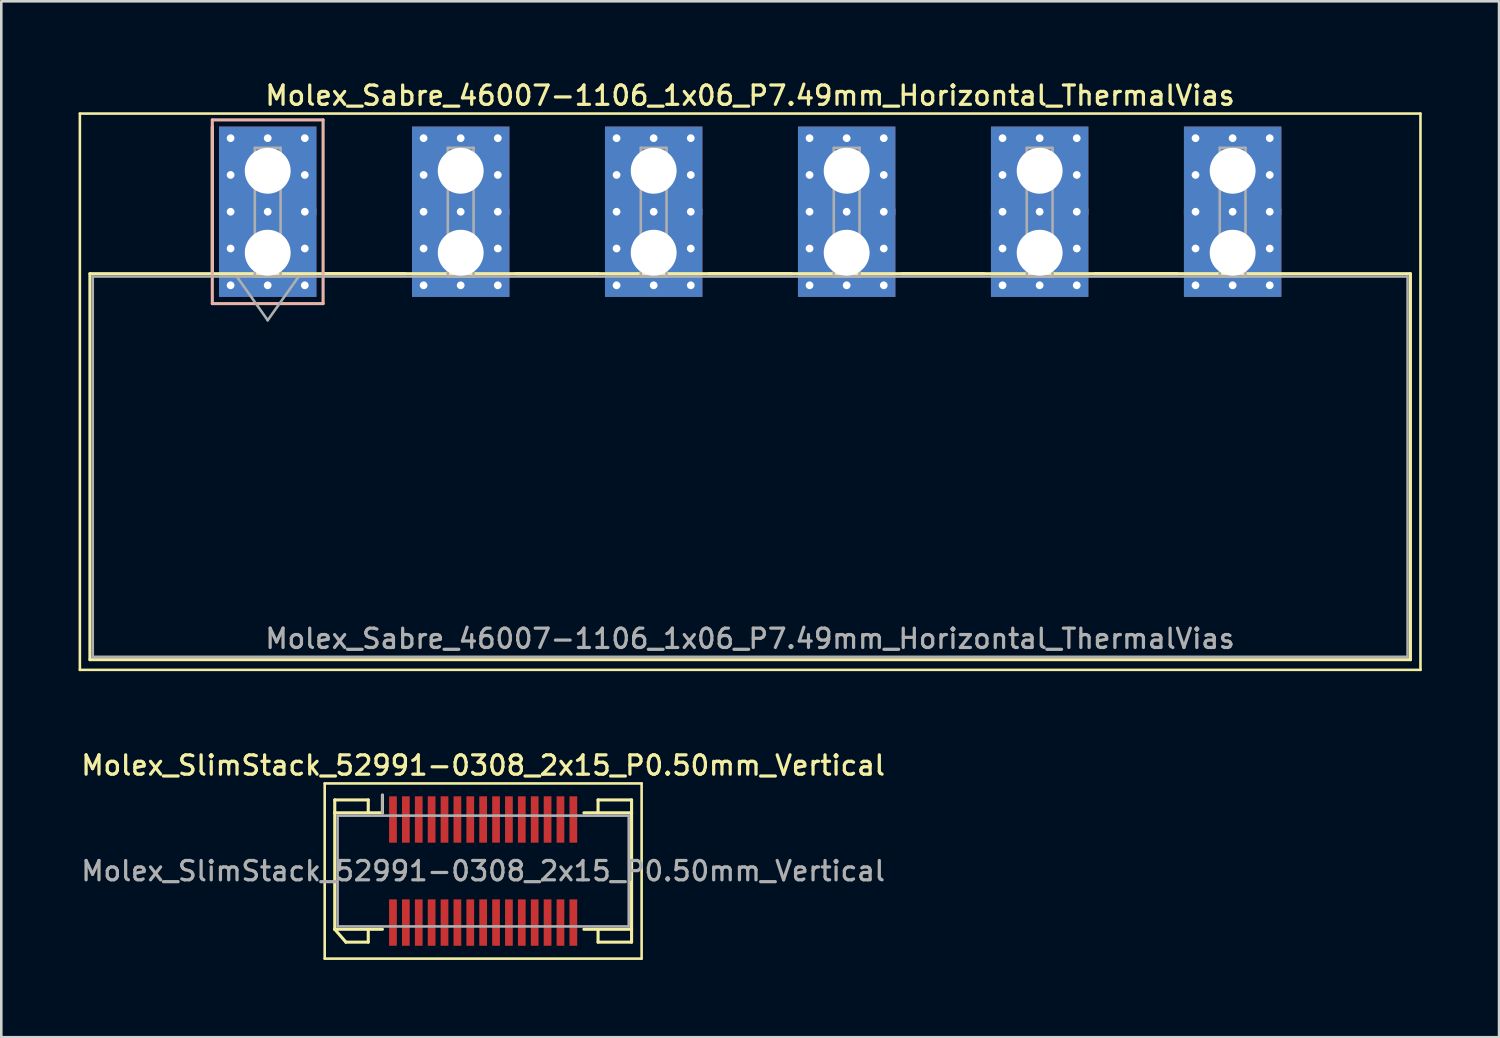
<source format=kicad_pcb>
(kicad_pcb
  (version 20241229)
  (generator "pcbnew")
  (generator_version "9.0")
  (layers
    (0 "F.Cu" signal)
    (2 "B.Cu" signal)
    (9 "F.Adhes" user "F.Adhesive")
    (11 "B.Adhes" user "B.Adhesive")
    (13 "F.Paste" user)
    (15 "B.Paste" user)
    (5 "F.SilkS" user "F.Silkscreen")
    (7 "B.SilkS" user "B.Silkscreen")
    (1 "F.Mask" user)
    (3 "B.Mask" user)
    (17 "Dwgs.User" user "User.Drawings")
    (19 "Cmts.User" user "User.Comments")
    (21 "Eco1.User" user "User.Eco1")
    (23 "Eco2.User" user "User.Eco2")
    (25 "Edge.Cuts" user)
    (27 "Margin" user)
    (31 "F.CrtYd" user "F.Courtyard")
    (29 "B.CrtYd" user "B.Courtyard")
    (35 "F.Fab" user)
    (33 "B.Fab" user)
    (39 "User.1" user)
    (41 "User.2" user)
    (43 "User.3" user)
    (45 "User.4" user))
  (footprint "Molex_SlimStack_52991-0308_2x15_P0.50mm_Vertical"
    (layer "F.Cu")
    (at 15.702 30.756)
    (property "Reference" "Molex_SlimStack_52991-0308_2x15_P0.50mm_Vertical" (at 0 -4.1 0) (layer "F.SilkS") (effects (font (size 0.75 0.75) (thickness 0.125))))
    (attr smd)
    (fp_line (start -6.15 -3.4) (end -6.15 3.4) (stroke (width 0.1) (type solid)) (layer "F.SilkS"))
    (fp_line (start -6.15 3.4) (end 6.15 3.4) (stroke (width 0.1) (type solid)) (layer "F.SilkS"))
    (fp_line (start -5.76 -2.76) (end -4.46 -2.76) (stroke (width 0.12) (type solid)) (layer "F.SilkS"))
    (fp_line (start -5.76 -2.26) (end -5.76 -2.76) (stroke (width 0.12) (type solid)) (layer "F.SilkS"))
    (fp_line (start -5.76 -2.26) (end -3.91 -2.26) (stroke (width 0.12) (type solid)) (layer "F.SilkS"))
    (fp_line (start -5.76 2.26) (end -5.76 -2.26) (stroke (width 0.12) (type solid)) (layer "F.SilkS"))
    (fp_line (start -5.76 2.26) (end -5.327 2.76) (stroke (width 0.12) (type solid)) (layer "F.SilkS"))
    (fp_line (start -5.327 2.76) (end -4.46 2.76) (stroke (width 0.12) (type solid)) (layer "F.SilkS"))
    (fp_line (start -4.46 -2.76) (end -4.46 -2.26) (stroke (width 0.12) (type solid)) (layer "F.SilkS"))
    (fp_line (start -4.46 2.76) (end -4.46 2.26) (stroke (width 0.12) (type solid)) (layer "F.SilkS"))
    (fp_line (start -3.91 -2.26) (end -3.91 -2.95) (stroke (width 0.12) (type solid)) (layer "F.SilkS"))
    (fp_line (start -3.91 2.26) (end -5.76 2.26) (stroke (width 0.12) (type solid)) (layer "F.SilkS"))
    (fp_line (start 3.91 2.26) (end 5.76 2.26) (stroke (width 0.12) (type solid)) (layer "F.SilkS"))
    (fp_line (start 4.46 -2.76) (end 4.46 -2.26) (stroke (width 0.12) (type solid)) (layer "F.SilkS"))
    (fp_line (start 4.46 2.76) (end 4.46 2.26) (stroke (width 0.12) (type solid)) (layer "F.SilkS"))
    (fp_line (start 5.76 -2.76) (end 4.46 -2.76) (stroke (width 0.12) (type solid)) (layer "F.SilkS"))
    (fp_line (start 5.76 -2.26) (end 3.91 -2.26) (stroke (width 0.12) (type solid)) (layer "F.SilkS"))
    (fp_line (start 5.76 -2.26) (end 5.76 -2.76) (stroke (width 0.12) (type solid)) (layer "F.SilkS"))
    (fp_line (start 5.76 2.26) (end 5.76 -2.26) (stroke (width 0.12) (type solid)) (layer "F.SilkS"))
    (fp_line (start 5.76 2.26) (end 5.76 2.76) (stroke (width 0.12) (type solid)) (layer "F.SilkS"))
    (fp_line (start 5.76 2.76) (end 4.46 2.76) (stroke (width 0.12) (type solid)) (layer "F.SilkS"))
    (fp_line (start 6.15 -3.4) (end -6.15 -3.4) (stroke (width 0.1) (type solid)) (layer "F.SilkS"))
    (fp_line (start 6.15 3.4) (end 6.15 -3.4) (stroke (width 0.1) (type solid)) (layer "F.SilkS"))
    (fp_line (start -5.65 -2.15) (end -5.65 2.15) (stroke (width 0.1) (type solid)) (layer "F.Fab"))
    (fp_line (start -5.65 2.15) (end 5.65 2.15) (stroke (width 0.1) (type solid)) (layer "F.Fab"))
    (fp_line (start -3.91 -2.26) (end -3.91 -2.95) (stroke (width 0.1) (type solid)) (layer "F.Fab"))
    (fp_line (start 5.65 -2.15) (end -5.65 -2.15) (stroke (width 0.1) (type solid)) (layer "F.Fab"))
    (fp_line (start 5.65 2.15) (end 5.65 -2.15) (stroke (width 0.1) (type solid)) (layer "F.Fab"))
    (fp_text user "${REFERENCE}" (at 0 0 0) (layer "F.Fab") (effects (font (size 0.75 0.75) (thickness 0.125))))
    (pad "1" smd rect (at -3.5 -2) (size 0.3 1.8) (layers "F.Cu" "F.Mask" "F.Paste"))
    (pad "2" smd rect (at -3.5 2) (size 0.3 1.8) (layers "F.Cu" "F.Mask" "F.Paste"))
    (pad "3" smd rect (at -3 -2) (size 0.3 1.8) (layers "F.Cu" "F.Mask" "F.Paste"))
    (pad "4" smd rect (at -3 2) (size 0.3 1.8) (layers "F.Cu" "F.Mask" "F.Paste"))
    (pad "5" smd rect (at -2.5 -2) (size 0.3 1.8) (layers "F.Cu" "F.Mask" "F.Paste"))
    (pad "6" smd rect (at -2.5 2) (size 0.3 1.8) (layers "F.Cu" "F.Mask" "F.Paste"))
    (pad "7" smd rect (at -2 -2) (size 0.3 1.8) (layers "F.Cu" "F.Mask" "F.Paste"))
    (pad "8" smd rect (at -2 2) (size 0.3 1.8) (layers "F.Cu" "F.Mask" "F.Paste"))
    (pad "9" smd rect (at -1.5 -2) (size 0.3 1.8) (layers "F.Cu" "F.Mask" "F.Paste"))
    (pad "10" smd rect (at -1.5 2) (size 0.3 1.8) (layers "F.Cu" "F.Mask" "F.Paste"))
    (pad "11" smd rect (at -1 -2) (size 0.3 1.8) (layers "F.Cu" "F.Mask" "F.Paste"))
    (pad "12" smd rect (at -1 2) (size 0.3 1.8) (layers "F.Cu" "F.Mask" "F.Paste"))
    (pad "13" smd rect (at -0.5 -2) (size 0.3 1.8) (layers "F.Cu" "F.Mask" "F.Paste"))
    (pad "14" smd rect (at -0.5 2) (size 0.3 1.8) (layers "F.Cu" "F.Mask" "F.Paste"))
    (pad "15" smd rect (at 0 -2) (size 0.3 1.8) (layers "F.Cu" "F.Mask" "F.Paste"))
    (pad "16" smd rect (at 0 2) (size 0.3 1.8) (layers "F.Cu" "F.Mask" "F.Paste"))
    (pad "17" smd rect (at 0.5 -2) (size 0.3 1.8) (layers "F.Cu" "F.Mask" "F.Paste"))
    (pad "18" smd rect (at 0.5 2) (size 0.3 1.8) (layers "F.Cu" "F.Mask" "F.Paste"))
    (pad "19" smd rect (at 1 -2) (size 0.3 1.8) (layers "F.Cu" "F.Mask" "F.Paste"))
    (pad "20" smd rect (at 1 2) (size 0.3 1.8) (layers "F.Cu" "F.Mask" "F.Paste"))
    (pad "21" smd rect (at 1.5 -2) (size 0.3 1.8) (layers "F.Cu" "F.Mask" "F.Paste"))
    (pad "22" smd rect (at 1.5 2) (size 0.3 1.8) (layers "F.Cu" "F.Mask" "F.Paste"))
    (pad "23" smd rect (at 2 -2) (size 0.3 1.8) (layers "F.Cu" "F.Mask" "F.Paste"))
    (pad "24" smd rect (at 2 2) (size 0.3 1.8) (layers "F.Cu" "F.Mask" "F.Paste"))
    (pad "25" smd rect (at 2.5 -2) (size 0.3 1.8) (layers "F.Cu" "F.Mask" "F.Paste"))
    (pad "26" smd rect (at 2.5 2) (size 0.3 1.8) (layers "F.Cu" "F.Mask" "F.Paste"))
    (pad "27" smd rect (at 3 -2) (size 0.3 1.8) (layers "F.Cu" "F.Mask" "F.Paste"))
    (pad "28" smd rect (at 3 2) (size 0.3 1.8) (layers "F.Cu" "F.Mask" "F.Paste"))
    (pad "29" smd rect (at 3.5 -2) (size 0.3 1.8) (layers "F.Cu" "F.Mask" "F.Paste"))
    (pad "30" smd rect (at 3.5 2) (size 0.3 1.8) (layers "F.Cu" "F.Mask" "F.Paste")))
  (footprint "Molex_Sabre_46007-1106_1x06_P7.49mm_Horizontal_ThermalVias"
    (layer "F.Cu")
    (at 7.34 6.758)
    (property "Reference" "Molex_Sabre_46007-1106_1x06_P7.49mm_Horizontal_ThermalVias" (at 18.72 -6.1 0) (layer "F.SilkS") (effects (font (size 0.75 0.75) (thickness 0.125))))
    (attr through_hole)
    (fp_line (start -7.29 -5.4) (end -7.29 16.19) (stroke (width 0.1) (type solid)) (layer "F.SilkS"))
    (fp_line (start -7.29 16.19) (end 44.74 16.19) (stroke (width 0.1) (type solid)) (layer "F.SilkS"))
    (fp_line (start -6.9 0.815) (end -6.9 15.795) (stroke (width 0.12) (type solid)) (layer "F.SilkS"))
    (fp_line (start -6.9 15.795) (end 44.35 15.795) (stroke (width 0.12) (type solid)) (layer "F.SilkS"))
    (fp_line (start -2.15 0.815) (end -2.15 -4.895) (stroke (width 0.12) (type solid)) (layer "F.SilkS"))
    (fp_line (start 2.15 0.815) (end 5.34 0.815) (stroke (width 0.12) (type solid)) (layer "F.SilkS"))
    (fp_line (start 9.64 0.815) (end 12.83 0.815) (stroke (width 0.12) (type solid)) (layer "F.SilkS"))
    (fp_line (start 17.13 0.815) (end 20.32 0.815) (stroke (width 0.12) (type solid)) (layer "F.SilkS"))
    (fp_line (start 24.62 0.815) (end 27.81 0.815) (stroke (width 0.12) (type solid)) (layer "F.SilkS"))
    (fp_line (start 32.11 0.815) (end 35.3 0.815) (stroke (width 0.12) (type solid)) (layer "F.SilkS"))
    (fp_line (start 44.35 0.815) (end -6.9 0.815) (stroke (width 0.12) (type solid)) (layer "F.SilkS"))
    (fp_line (start 44.35 15.795) (end 44.35 0.815) (stroke (width 0.12) (type solid)) (layer "F.SilkS"))
    (fp_line (start 44.74 -5.4) (end -7.29 -5.4) (stroke (width 0.1) (type solid)) (layer "F.SilkS"))
    (fp_line (start 44.74 16.19) (end 44.74 -5.4) (stroke (width 0.1) (type solid)) (layer "F.SilkS"))
    (fp_line (start -2.15 -5.155) (end -2.15 1.975) (stroke (width 0.12) (type solid)) (layer "B.SilkS"))
    (fp_line (start -2.15 1.975) (end 2.15 1.975) (stroke (width 0.12) (type solid)) (layer "B.SilkS"))
    (fp_line (start 2.15 -5.155) (end -2.15 -5.155) (stroke (width 0.12) (type solid)) (layer "B.SilkS"))
    (fp_line (start 2.15 1.975) (end 2.15 -5.155) (stroke (width 0.12) (type solid)) (layer "B.SilkS"))
    (fp_line (start -6.79 0.925) (end -6.79 15.685) (stroke (width 0.1) (type solid)) (layer "F.Fab"))
    (fp_line (start -6.79 15.685) (end 44.24 15.685) (stroke (width 0.1) (type solid)) (layer "F.Fab"))
    (fp_line (start -1.2 0.925) (end 0 2.622) (stroke (width 0.1) (type solid)) (layer "F.Fab"))
    (fp_line (start -0.5 -4.07) (end 0.5 -4.07) (stroke (width 0.1) (type solid)) (layer "F.Fab"))
    (fp_line (start -0.5 0.925) (end -0.5 -4.07) (stroke (width 0.1) (type solid)) (layer "F.Fab"))
    (fp_line (start 0 2.622) (end 1.2 0.925) (stroke (width 0.1) (type solid)) (layer "F.Fab"))
    (fp_line (start 0.5 -4.07) (end 0.5 0.925) (stroke (width 0.1) (type solid)) (layer "F.Fab"))
    (fp_line (start 0.5 0.925) (end -0.5 0.925) (stroke (width 0.1) (type solid)) (layer "F.Fab"))
    (fp_line (start 6.99 -4.07) (end 7.99 -4.07) (stroke (width 0.1) (type solid)) (layer "F.Fab"))
    (fp_line (start 6.99 0.925) (end 6.99 -4.07) (stroke (width 0.1) (type solid)) (layer "F.Fab"))
    (fp_line (start 7.99 -4.07) (end 7.99 0.925) (stroke (width 0.1) (type solid)) (layer "F.Fab"))
    (fp_line (start 7.99 0.925) (end 6.99 0.925) (stroke (width 0.1) (type solid)) (layer "F.Fab"))
    (fp_line (start 14.48 -4.07) (end 15.48 -4.07) (stroke (width 0.1) (type solid)) (layer "F.Fab"))
    (fp_line (start 14.48 0.925) (end 14.48 -4.07) (stroke (width 0.1) (type solid)) (layer "F.Fab"))
    (fp_line (start 15.48 -4.07) (end 15.48 0.925) (stroke (width 0.1) (type solid)) (layer "F.Fab"))
    (fp_line (start 15.48 0.925) (end 14.48 0.925) (stroke (width 0.1) (type solid)) (layer "F.Fab"))
    (fp_line (start 21.97 -4.07) (end 22.97 -4.07) (stroke (width 0.1) (type solid)) (layer "F.Fab"))
    (fp_line (start 21.97 0.925) (end 21.97 -4.07) (stroke (width 0.1) (type solid)) (layer "F.Fab"))
    (fp_line (start 22.97 -4.07) (end 22.97 0.925) (stroke (width 0.1) (type solid)) (layer "F.Fab"))
    (fp_line (start 22.97 0.925) (end 21.97 0.925) (stroke (width 0.1) (type solid)) (layer "F.Fab"))
    (fp_line (start 29.46 -4.07) (end 30.46 -4.07) (stroke (width 0.1) (type solid)) (layer "F.Fab"))
    (fp_line (start 29.46 0.925) (end 29.46 -4.07) (stroke (width 0.1) (type solid)) (layer "F.Fab"))
    (fp_line (start 30.46 -4.07) (end 30.46 0.925) (stroke (width 0.1) (type solid)) (layer "F.Fab"))
    (fp_line (start 30.46 0.925) (end 29.46 0.925) (stroke (width 0.1) (type solid)) (layer "F.Fab"))
    (fp_line (start 36.95 -4.07) (end 37.95 -4.07) (stroke (width 0.1) (type solid)) (layer "F.Fab"))
    (fp_line (start 36.95 0.925) (end 36.95 -4.07) (stroke (width 0.1) (type solid)) (layer "F.Fab"))
    (fp_line (start 37.95 -4.07) (end 37.95 0.925) (stroke (width 0.1) (type solid)) (layer "F.Fab"))
    (fp_line (start 37.95 0.925) (end 36.95 0.925) (stroke (width 0.1) (type solid)) (layer "F.Fab"))
    (fp_line (start 44.24 0.925) (end -6.79 0.925) (stroke (width 0.1) (type solid)) (layer "F.Fab"))
    (fp_line (start 44.24 15.685) (end 44.24 0.925) (stroke (width 0.1) (type solid)) (layer "F.Fab"))
    (fp_text user "${REFERENCE}" (at 18.72 14.98 0) (layer "F.Fab") (effects (font (size 0.75 0.75) (thickness 0.125))))
    (pad "1" thru_hole rect (at -1.44 -4.445) (size 0.6 0.6) (drill 0.3) (layers "*.Cu" "*.Mask"))
    (pad "1" thru_hole rect (at -1.44 -3.018) (size 0.6 0.6) (drill 0.3) (layers "*.Cu" "*.Mask"))
    (pad "1" thru_hole rect (at -1.44 -1.59) (size 0.6 0.6) (drill 0.3) (layers "*.Cu" "*.Mask"))
    (pad "1" thru_hole rect (at -1.44 -0.163) (size 0.6 0.6) (drill 0.3) (layers "*.Cu" "*.Mask"))
    (pad "1" thru_hole rect (at -1.44 1.265) (size 0.6 0.6) (drill 0.3) (layers "*.Cu" "*.Mask"))
    (pad "1" thru_hole rect (at 0 -4.445) (size 0.6 0.6) (drill 0.3) (layers "*.Cu" "*.Mask"))
    (pad "1" thru_hole rect (at 0 -3.18) (size 3.78 3.43) (drill 1.78) (layers "*.Cu" "*.Mask"))
    (pad "1" thru_hole rect (at 0 -1.59) (size 0.6 0.6) (drill 0.3) (layers "*.Cu" "*.Mask"))
    (pad "1" thru_hole rect (at 0 0) (size 3.78 3.43) (drill 1.78) (layers "*.Cu" "*.Mask"))
    (pad "1" thru_hole rect (at 0 1.265) (size 0.6 0.6) (drill 0.3) (layers "*.Cu" "*.Mask"))
    (pad "1" thru_hole rect (at 1.44 -4.445) (size 0.6 0.6) (drill 0.3) (layers "*.Cu" "*.Mask"))
    (pad "1" thru_hole rect (at 1.44 -3.018) (size 0.6 0.6) (drill 0.3) (layers "*.Cu" "*.Mask"))
    (pad "1" thru_hole rect (at 1.44 -1.59) (size 0.6 0.6) (drill 0.3) (layers "*.Cu" "*.Mask"))
    (pad "1" thru_hole rect (at 1.44 -0.163) (size 0.6 0.6) (drill 0.3) (layers "*.Cu" "*.Mask"))
    (pad "1" thru_hole rect (at 1.44 1.265) (size 0.6 0.6) (drill 0.3) (layers "*.Cu" "*.Mask"))
    (pad "2" thru_hole circle (at 6.05 -4.445) (size 0.6 0.6) (drill 0.3) (layers "*.Cu" "*.Mask"))
    (pad "2" thru_hole circle (at 6.05 -3.018) (size 0.6 0.6) (drill 0.3) (layers "*.Cu" "*.Mask"))
    (pad "2" thru_hole circle (at 6.05 -1.59) (size 0.6 0.6) (drill 0.3) (layers "*.Cu" "*.Mask"))
    (pad "2" thru_hole circle (at 6.05 -0.163) (size 0.6 0.6) (drill 0.3) (layers "*.Cu" "*.Mask"))
    (pad "2" thru_hole circle (at 6.05 1.265) (size 0.6 0.6) (drill 0.3) (layers "*.Cu" "*.Mask"))
    (pad "2" thru_hole circle (at 7.49 -4.445) (size 0.6 0.6) (drill 0.3) (layers "*.Cu" "*.Mask"))
    (pad "2" thru_hole rect (at 7.49 -3.18) (size 3.78 3.43) (drill 1.78) (layers "*.Cu" "*.Mask"))
    (pad "2" thru_hole circle (at 7.49 -1.59) (size 0.6 0.6) (drill 0.3) (layers "*.Cu" "*.Mask"))
    (pad "2" thru_hole rect (at 7.49 0) (size 3.78 3.43) (drill 1.78) (layers "*.Cu" "*.Mask"))
    (pad "2" thru_hole circle (at 7.49 1.265) (size 0.6 0.6) (drill 0.3) (layers "*.Cu" "*.Mask"))
    (pad "2" thru_hole circle (at 8.93 -4.445) (size 0.6 0.6) (drill 0.3) (layers "*.Cu" "*.Mask"))
    (pad "2" thru_hole circle (at 8.93 -3.018) (size 0.6 0.6) (drill 0.3) (layers "*.Cu" "*.Mask"))
    (pad "2" thru_hole circle (at 8.93 -1.59) (size 0.6 0.6) (drill 0.3) (layers "*.Cu" "*.Mask"))
    (pad "2" thru_hole circle (at 8.93 -0.163) (size 0.6 0.6) (drill 0.3) (layers "*.Cu" "*.Mask"))
    (pad "2" thru_hole circle (at 8.93 1.265) (size 0.6 0.6) (drill 0.3) (layers "*.Cu" "*.Mask"))
    (pad "3" thru_hole circle (at 13.54 -4.445) (size 0.6 0.6) (drill 0.3) (layers "*.Cu" "*.Mask"))
    (pad "3" thru_hole circle (at 13.54 -3.018) (size 0.6 0.6) (drill 0.3) (layers "*.Cu" "*.Mask"))
    (pad "3" thru_hole circle (at 13.54 -1.59) (size 0.6 0.6) (drill 0.3) (layers "*.Cu" "*.Mask"))
    (pad "3" thru_hole circle (at 13.54 -0.163) (size 0.6 0.6) (drill 0.3) (layers "*.Cu" "*.Mask"))
    (pad "3" thru_hole circle (at 13.54 1.265) (size 0.6 0.6) (drill 0.3) (layers "*.Cu" "*.Mask"))
    (pad "3" thru_hole circle (at 14.98 -4.445) (size 0.6 0.6) (drill 0.3) (layers "*.Cu" "*.Mask"))
    (pad "3" thru_hole rect (at 14.98 -3.18) (size 3.78 3.43) (drill 1.78) (layers "*.Cu" "*.Mask"))
    (pad "3" thru_hole circle (at 14.98 -1.59) (size 0.6 0.6) (drill 0.3) (layers "*.Cu" "*.Mask"))
    (pad "3" thru_hole rect (at 14.98 0) (size 3.78 3.43) (drill 1.78) (layers "*.Cu" "*.Mask"))
    (pad "3" thru_hole circle (at 14.98 1.265) (size 0.6 0.6) (drill 0.3) (layers "*.Cu" "*.Mask"))
    (pad "3" thru_hole circle (at 16.42 -4.445) (size 0.6 0.6) (drill 0.3) (layers "*.Cu" "*.Mask"))
    (pad "3" thru_hole circle (at 16.42 -3.018) (size 0.6 0.6) (drill 0.3) (layers "*.Cu" "*.Mask"))
    (pad "3" thru_hole circle (at 16.42 -1.59) (size 0.6 0.6) (drill 0.3) (layers "*.Cu" "*.Mask"))
    (pad "3" thru_hole circle (at 16.42 -0.163) (size 0.6 0.6) (drill 0.3) (layers "*.Cu" "*.Mask"))
    (pad "3" thru_hole circle (at 16.42 1.265) (size 0.6 0.6) (drill 0.3) (layers "*.Cu" "*.Mask"))
    (pad "4" thru_hole circle (at 21.03 -4.445) (size 0.6 0.6) (drill 0.3) (layers "*.Cu" "*.Mask"))
    (pad "4" thru_hole circle (at 21.03 -3.018) (size 0.6 0.6) (drill 0.3) (layers "*.Cu" "*.Mask"))
    (pad "4" thru_hole circle (at 21.03 -1.59) (size 0.6 0.6) (drill 0.3) (layers "*.Cu" "*.Mask"))
    (pad "4" thru_hole circle (at 21.03 -0.163) (size 0.6 0.6) (drill 0.3) (layers "*.Cu" "*.Mask"))
    (pad "4" thru_hole circle (at 21.03 1.265) (size 0.6 0.6) (drill 0.3) (layers "*.Cu" "*.Mask"))
    (pad "4" thru_hole circle (at 22.47 -4.445) (size 0.6 0.6) (drill 0.3) (layers "*.Cu" "*.Mask"))
    (pad "4" thru_hole rect (at 22.47 -3.18) (size 3.78 3.43) (drill 1.78) (layers "*.Cu" "*.Mask"))
    (pad "4" thru_hole circle (at 22.47 -1.59) (size 0.6 0.6) (drill 0.3) (layers "*.Cu" "*.Mask"))
    (pad "4" thru_hole rect (at 22.47 0) (size 3.78 3.43) (drill 1.78) (layers "*.Cu" "*.Mask"))
    (pad "4" thru_hole circle (at 22.47 1.265) (size 0.6 0.6) (drill 0.3) (layers "*.Cu" "*.Mask"))
    (pad "4" thru_hole circle (at 23.91 -4.445) (size 0.6 0.6) (drill 0.3) (layers "*.Cu" "*.Mask"))
    (pad "4" thru_hole circle (at 23.91 -3.018) (size 0.6 0.6) (drill 0.3) (layers "*.Cu" "*.Mask"))
    (pad "4" thru_hole circle (at 23.91 -1.59) (size 0.6 0.6) (drill 0.3) (layers "*.Cu" "*.Mask"))
    (pad "4" thru_hole circle (at 23.91 -0.163) (size 0.6 0.6) (drill 0.3) (layers "*.Cu" "*.Mask"))
    (pad "4" thru_hole circle (at 23.91 1.265) (size 0.6 0.6) (drill 0.3) (layers "*.Cu" "*.Mask"))
    (pad "5" thru_hole circle (at 28.52 -4.445) (size 0.6 0.6) (drill 0.3) (layers "*.Cu" "*.Mask"))
    (pad "5" thru_hole circle (at 28.52 -3.018) (size 0.6 0.6) (drill 0.3) (layers "*.Cu" "*.Mask"))
    (pad "5" thru_hole circle (at 28.52 -1.59) (size 0.6 0.6) (drill 0.3) (layers "*.Cu" "*.Mask"))
    (pad "5" thru_hole circle (at 28.52 -0.163) (size 0.6 0.6) (drill 0.3) (layers "*.Cu" "*.Mask"))
    (pad "5" thru_hole circle (at 28.52 1.265) (size 0.6 0.6) (drill 0.3) (layers "*.Cu" "*.Mask"))
    (pad "5" thru_hole circle (at 29.96 -4.445) (size 0.6 0.6) (drill 0.3) (layers "*.Cu" "*.Mask"))
    (pad "5" thru_hole rect (at 29.96 -3.18) (size 3.78 3.43) (drill 1.78) (layers "*.Cu" "*.Mask"))
    (pad "5" thru_hole circle (at 29.96 -1.59) (size 0.6 0.6) (drill 0.3) (layers "*.Cu" "*.Mask"))
    (pad "5" thru_hole rect (at 29.96 0) (size 3.78 3.43) (drill 1.78) (layers "*.Cu" "*.Mask"))
    (pad "5" thru_hole circle (at 29.96 1.265) (size 0.6 0.6) (drill 0.3) (layers "*.Cu" "*.Mask"))
    (pad "5" thru_hole circle (at 31.4 -4.445) (size 0.6 0.6) (drill 0.3) (layers "*.Cu" "*.Mask"))
    (pad "5" thru_hole circle (at 31.4 -3.018) (size 0.6 0.6) (drill 0.3) (layers "*.Cu" "*.Mask"))
    (pad "5" thru_hole circle (at 31.4 -1.59) (size 0.6 0.6) (drill 0.3) (layers "*.Cu" "*.Mask"))
    (pad "5" thru_hole circle (at 31.4 -0.163) (size 0.6 0.6) (drill 0.3) (layers "*.Cu" "*.Mask"))
    (pad "5" thru_hole circle (at 31.4 1.265) (size 0.6 0.6) (drill 0.3) (layers "*.Cu" "*.Mask"))
    (pad "6" thru_hole circle (at 36.01 -4.445) (size 0.6 0.6) (drill 0.3) (layers "*.Cu" "*.Mask"))
    (pad "6" thru_hole circle (at 36.01 -3.018) (size 0.6 0.6) (drill 0.3) (layers "*.Cu" "*.Mask"))
    (pad "6" thru_hole circle (at 36.01 -1.59) (size 0.6 0.6) (drill 0.3) (layers "*.Cu" "*.Mask"))
    (pad "6" thru_hole circle (at 36.01 -0.163) (size 0.6 0.6) (drill 0.3) (layers "*.Cu" "*.Mask"))
    (pad "6" thru_hole circle (at 36.01 1.265) (size 0.6 0.6) (drill 0.3) (layers "*.Cu" "*.Mask"))
    (pad "6" thru_hole circle (at 37.45 -4.445) (size 0.6 0.6) (drill 0.3) (layers "*.Cu" "*.Mask"))
    (pad "6" thru_hole rect (at 37.45 -3.18) (size 3.78 3.43) (drill 1.78) (layers "*.Cu" "*.Mask"))
    (pad "6" thru_hole circle (at 37.45 -1.59) (size 0.6 0.6) (drill 0.3) (layers "*.Cu" "*.Mask"))
    (pad "6" thru_hole rect (at 37.45 0) (size 3.78 3.43) (drill 1.78) (layers "*.Cu" "*.Mask"))
    (pad "6" thru_hole circle (at 37.45 1.265) (size 0.6 0.6) (drill 0.3) (layers "*.Cu" "*.Mask"))
    (pad "6" thru_hole circle (at 38.89 -4.445) (size 0.6 0.6) (drill 0.3) (layers "*.Cu" "*.Mask"))
    (pad "6" thru_hole circle (at 38.89 -3.018) (size 0.6 0.6) (drill 0.3) (layers "*.Cu" "*.Mask"))
    (pad "6" thru_hole circle (at 38.89 -1.59) (size 0.6 0.6) (drill 0.3) (layers "*.Cu" "*.Mask"))
    (pad "6" thru_hole circle (at 38.89 -0.163) (size 0.6 0.6) (drill 0.3) (layers "*.Cu" "*.Mask"))
    (pad "6" thru_hole circle (at 38.89 1.265) (size 0.6 0.6) (drill 0.3) (layers "*.Cu" "*.Mask")))
  (gr_rect
    (start -3 -3)
    (end 55.13 37.206)
    (stroke (width 0.1) (type default))
    (fill no)
    (layer "Edge.Cuts")))
</source>
